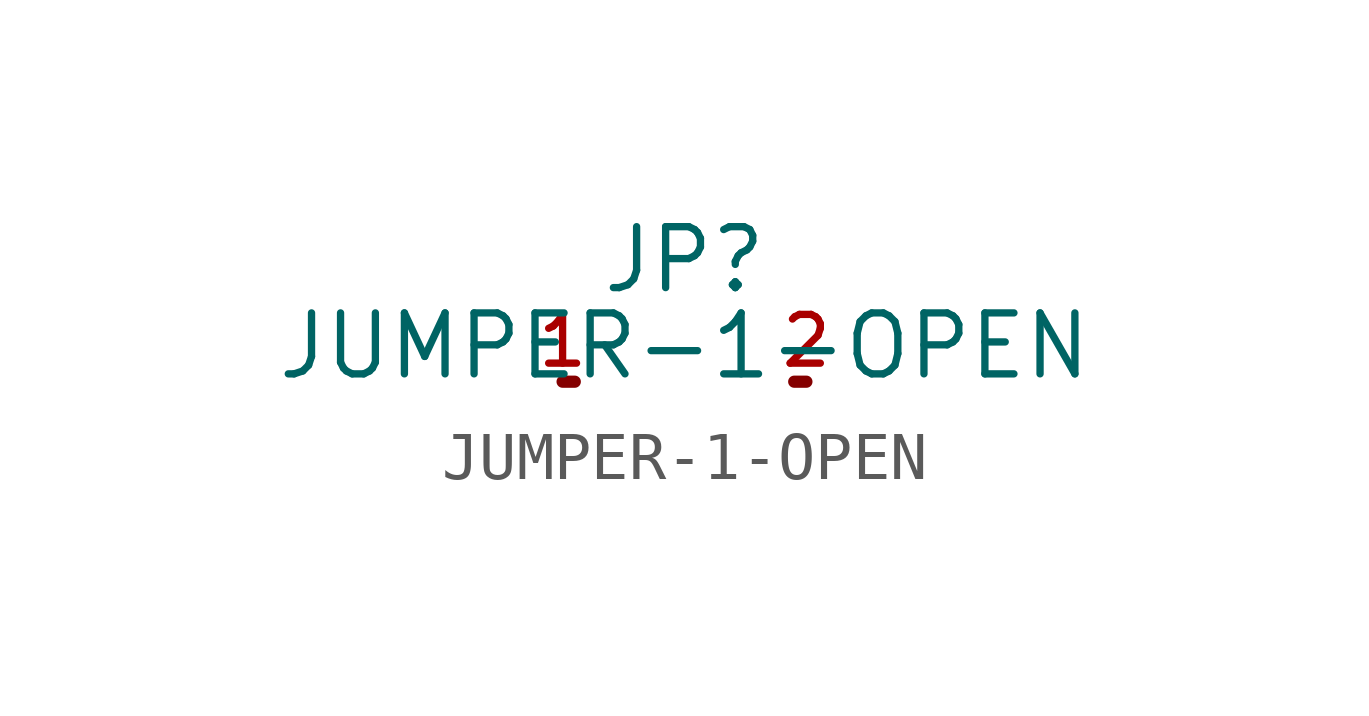
<source format=kicad_sym>
(kicad_symbol_lib
  (version 20211014)
  (generator kicad_symbol_editor)
  (symbol "JUMPER-1-OPEN"
    (pin_names
      (offset 1.016))
    (property "Reference" "JP"
      (at 0.0 2.54 0)
      (effects (font (size 1.27 1.27))))
    (property "Value" "JUMPER-1-OPEN"
      (at 0 0.0 0)
      (effects (font (size 1.27 1.27)) (justify bottom)))
    (symbol "JUMPER-1-OPEN_0_0"
      (polyline (pts (xy -2.286 0.0) (xy -2.54 0.0)) (stroke (width 0.254)))
      (polyline (pts (xy 2.286 0.0) (xy 2.54 0.0)) (stroke (width 0.254)))
      (pin bidirectional line (at -2.54 0.0 0) (length 0) (name "~" (effects (font (size 1.016 1.016)))) (number "1" (effects (font (size 1.016 1.016)))))
      (pin bidirectional line (at 2.54 0.0 180.0) (length 0) (name "~" (effects (font (size 1.016 1.016)))) (number "2" (effects (font (size 1.016 1.016))))))))
</source>
